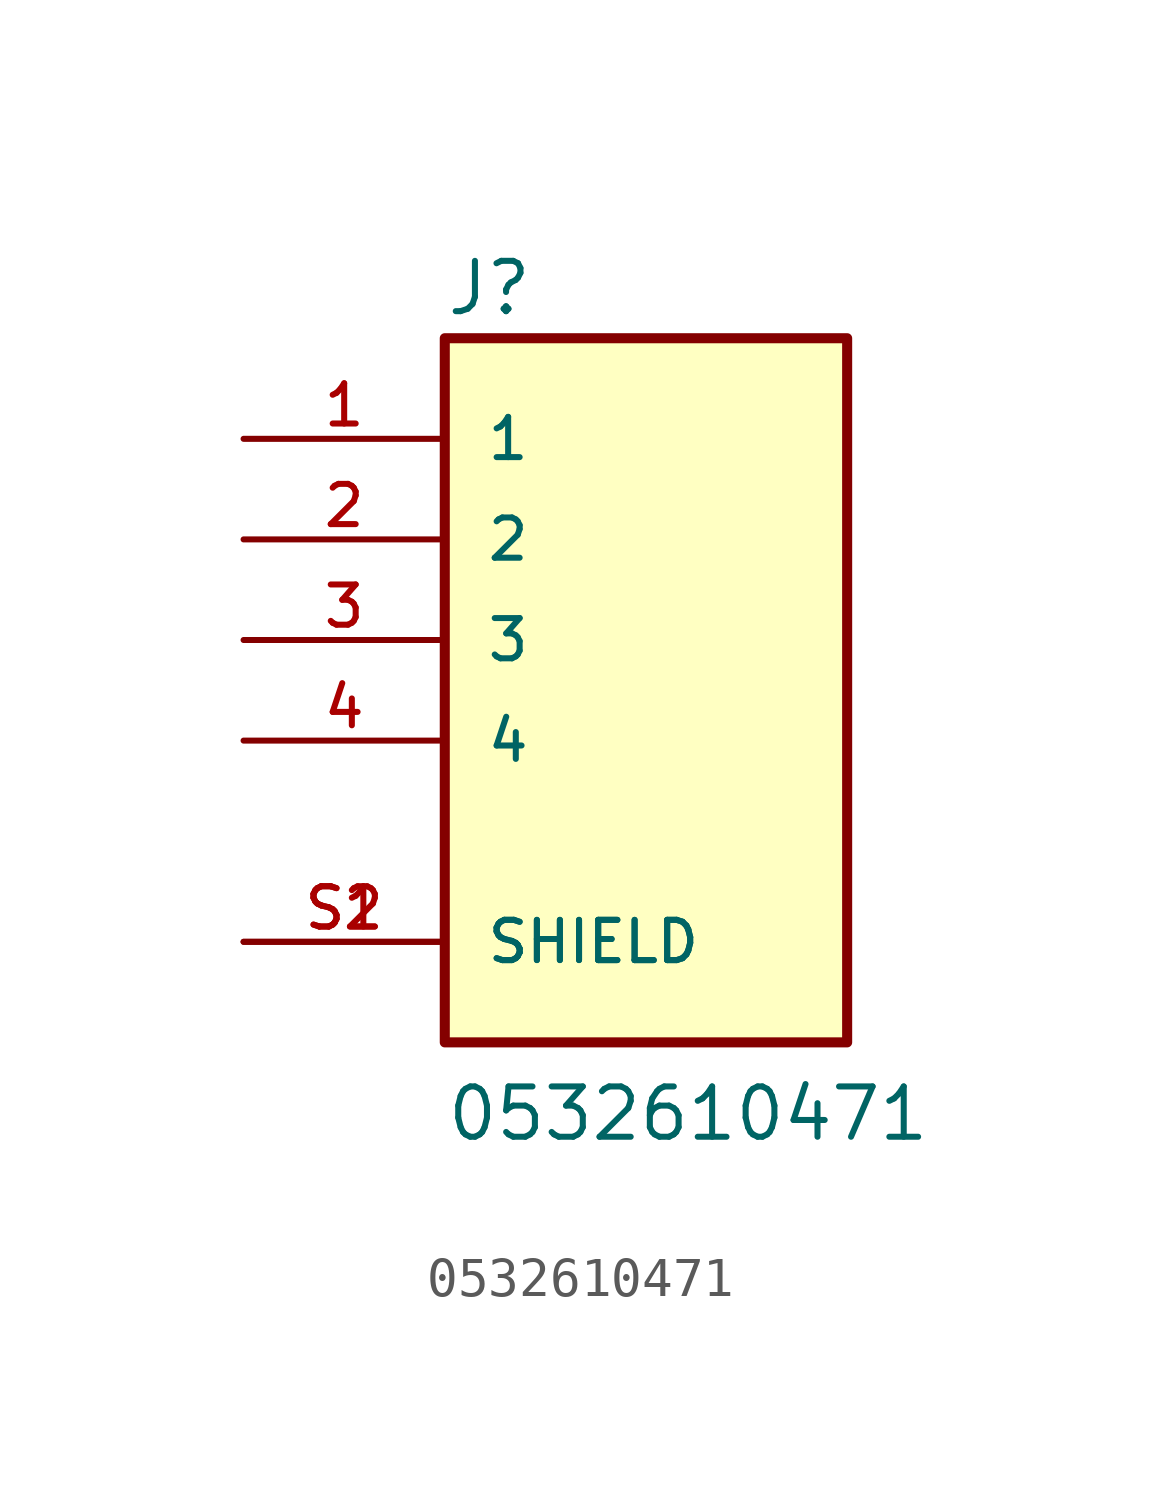
<source format=kicad_sym>
(kicad_symbol_lib
  (version 20211014)
  (generator kicad_symbol_editor)
  (symbol "0532610471"
    (pin_names
      (offset 1.016))
    (property "Reference" "J"
      (at -5.084 8.14 0)
      (effects (font (size 1.27 1.27)) (justify bottom left)))
    (property "Value" "0532610471"
      (at -5.082 -12.706 0)
      (effects (font (size 1.27 1.27)) (justify bottom left)))
    (symbol "0532610471_0_0"
      (rectangle (start -5.08 -10.16) (end 5.08 7.62) (stroke (width 0.254)) (fill (type background)))
      (pin passive line (at -10.16 5.08 0) (length 5.08) (name "1" (effects (font (size 1.016 1.016)))) (number "1" (effects (font (size 1.016 1.016)))))
      (pin passive line (at -10.16 2.54 0) (length 5.08) (name "2" (effects (font (size 1.016 1.016)))) (number "2" (effects (font (size 1.016 1.016)))))
      (pin passive line (at -10.16 0.0 0) (length 5.08) (name "3" (effects (font (size 1.016 1.016)))) (number "3" (effects (font (size 1.016 1.016)))))
      (pin passive line (at -10.16 -2.54 0) (length 5.08) (name "4" (effects (font (size 1.016 1.016)))) (number "4" (effects (font (size 1.016 1.016)))))
      (pin passive line (at -10.16 -7.62 0) (length 5.08) (name "SHIELD" (effects (font (size 1.016 1.016)))) (number "S1" (effects (font (size 1.016 1.016)))))
      (pin passive line (at -10.16 -7.62 0) (length 5.08) (name "SHIELD" (effects (font (size 1.016 1.016)))) (number "S2" (effects (font (size 1.016 1.016))))))))
</source>
